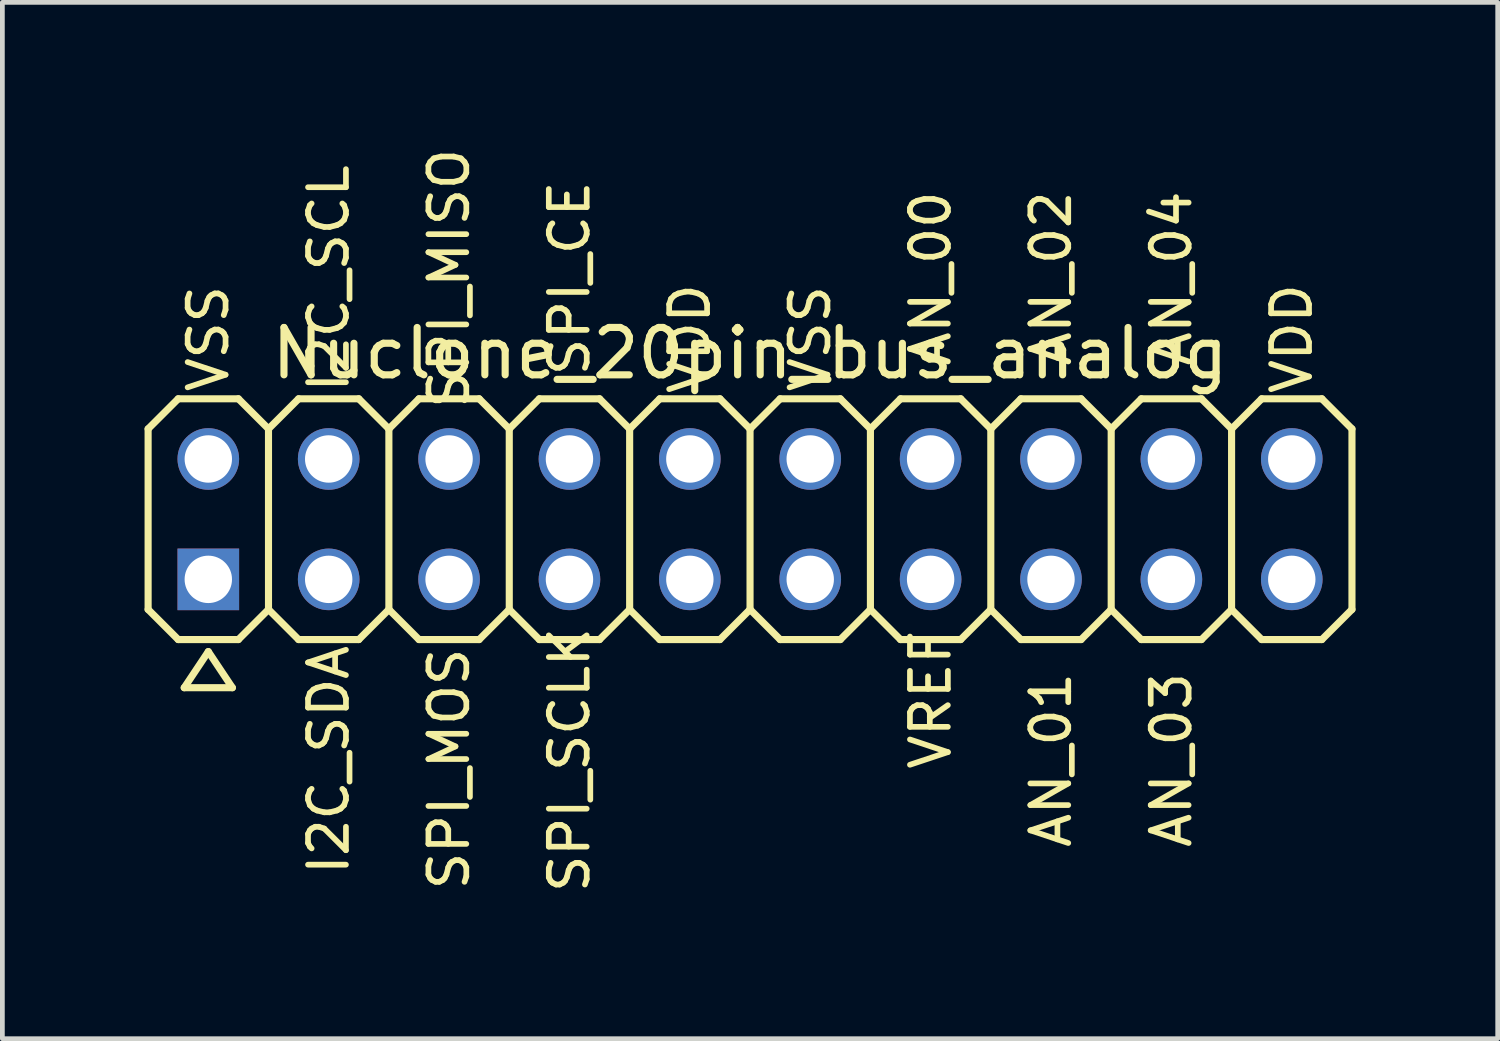
<source format=kicad_pcb>
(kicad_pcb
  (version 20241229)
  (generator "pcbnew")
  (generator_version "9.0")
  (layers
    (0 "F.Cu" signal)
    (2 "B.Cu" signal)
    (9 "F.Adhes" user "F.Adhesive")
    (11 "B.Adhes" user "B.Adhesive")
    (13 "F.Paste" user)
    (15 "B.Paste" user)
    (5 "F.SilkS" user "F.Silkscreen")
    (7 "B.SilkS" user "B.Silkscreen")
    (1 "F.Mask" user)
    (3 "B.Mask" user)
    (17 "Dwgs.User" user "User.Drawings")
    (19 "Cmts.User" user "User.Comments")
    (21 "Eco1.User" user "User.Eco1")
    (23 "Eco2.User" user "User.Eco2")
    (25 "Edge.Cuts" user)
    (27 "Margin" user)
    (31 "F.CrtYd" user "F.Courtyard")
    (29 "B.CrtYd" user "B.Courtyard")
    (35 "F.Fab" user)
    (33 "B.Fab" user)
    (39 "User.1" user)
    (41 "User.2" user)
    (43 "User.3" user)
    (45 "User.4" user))
  (footprint "Nuclone_20pin_bus_analog"
    (layer "F.Cu")
    (at 12.775 7.904)
    (property "Reference" "Nuclone_20pin_bus_analog" (at 0 -3.5 0) (layer "F.SilkS") (effects (font (size 1 1) (thickness 0.15))))
    (attr exclude_from_pos_files exclude_from_bom)
    (fp_line (start -12.7 -1.905) (end -12.065 -2.54) (stroke (width 0.15) (type solid)) (layer "F.SilkS"))
    (fp_line (start -12.7 1.905) (end -12.7 -1.905) (stroke (width 0.15) (type solid)) (layer "F.SilkS"))
    (fp_line (start -12.7 1.905) (end -12.065 2.54) (stroke (width 0.15) (type solid)) (layer "F.SilkS"))
    (fp_line (start -12.065 -2.54) (end -10.795 -2.54) (stroke (width 0.15) (type solid)) (layer "F.SilkS"))
    (fp_line (start -12.065 2.54) (end -10.795 2.54) (stroke (width 0.15) (type solid)) (layer "F.SilkS"))
    (fp_line (start -11.938 3.556) (end -10.922 3.556) (stroke (width 0.15) (type solid)) (layer "F.SilkS"))
    (fp_line (start -11.43 2.794) (end -11.938 3.556) (stroke (width 0.15) (type solid)) (layer "F.SilkS"))
    (fp_line (start -10.922 3.556) (end -11.43 2.794) (stroke (width 0.15) (type solid)) (layer "F.SilkS"))
    (fp_line (start -10.795 -2.54) (end -10.16 -1.905) (stroke (width 0.15) (type solid)) (layer "F.SilkS"))
    (fp_line (start -10.795 2.54) (end -10.16 1.905) (stroke (width 0.15) (type solid)) (layer "F.SilkS"))
    (fp_line (start -10.16 -1.905) (end -10.16 1.905) (stroke (width 0.15) (type solid)) (layer "F.SilkS"))
    (fp_line (start -10.16 -1.905) (end -9.525 -2.54) (stroke (width 0.15) (type solid)) (layer "F.SilkS"))
    (fp_line (start -10.16 1.905) (end -9.525 2.54) (stroke (width 0.15) (type solid)) (layer "F.SilkS"))
    (fp_line (start -9.525 -2.54) (end -8.255 -2.54) (stroke (width 0.15) (type solid)) (layer "F.SilkS"))
    (fp_line (start -9.525 2.54) (end -8.255 2.54) (stroke (width 0.15) (type solid)) (layer "F.SilkS"))
    (fp_line (start -8.255 -2.54) (end -7.62 -1.905) (stroke (width 0.15) (type solid)) (layer "F.SilkS"))
    (fp_line (start -8.255 2.54) (end -7.62 1.905) (stroke (width 0.15) (type solid)) (layer "F.SilkS"))
    (fp_line (start -7.62 -1.905) (end -7.62 1.905) (stroke (width 0.15) (type solid)) (layer "F.SilkS"))
    (fp_line (start -7.62 -1.905) (end -6.985 -2.54) (stroke (width 0.15) (type solid)) (layer "F.SilkS"))
    (fp_line (start -7.62 1.905) (end -6.985 2.54) (stroke (width 0.15) (type solid)) (layer "F.SilkS"))
    (fp_line (start -6.985 -2.54) (end -5.715 -2.54) (stroke (width 0.15) (type solid)) (layer "F.SilkS"))
    (fp_line (start -6.985 2.54) (end -5.715 2.54) (stroke (width 0.15) (type solid)) (layer "F.SilkS"))
    (fp_line (start -5.715 -2.54) (end -5.08 -1.905) (stroke (width 0.15) (type solid)) (layer "F.SilkS"))
    (fp_line (start -5.715 2.54) (end -5.08 1.905) (stroke (width 0.15) (type solid)) (layer "F.SilkS"))
    (fp_line (start -5.08 -1.905) (end -5.08 1.905) (stroke (width 0.15) (type solid)) (layer "F.SilkS"))
    (fp_line (start -5.08 -1.905) (end -4.445 -2.54) (stroke (width 0.15) (type solid)) (layer "F.SilkS"))
    (fp_line (start -5.08 1.905) (end -4.445 2.54) (stroke (width 0.15) (type solid)) (layer "F.SilkS"))
    (fp_line (start -4.445 -2.54) (end -3.175 -2.54) (stroke (width 0.15) (type solid)) (layer "F.SilkS"))
    (fp_line (start -4.445 2.54) (end -3.175 2.54) (stroke (width 0.15) (type solid)) (layer "F.SilkS"))
    (fp_line (start -3.175 -2.54) (end -2.54 -1.905) (stroke (width 0.15) (type solid)) (layer "F.SilkS"))
    (fp_line (start -3.175 2.54) (end -2.54 1.905) (stroke (width 0.15) (type solid)) (layer "F.SilkS"))
    (fp_line (start -2.54 -1.905) (end -2.54 1.905) (stroke (width 0.15) (type solid)) (layer "F.SilkS"))
    (fp_line (start -2.54 -1.905) (end -1.905 -2.54) (stroke (width 0.15) (type solid)) (layer "F.SilkS"))
    (fp_line (start -2.54 1.905) (end -1.905 2.54) (stroke (width 0.15) (type solid)) (layer "F.SilkS"))
    (fp_line (start -1.905 -2.54) (end -0.635 -2.54) (stroke (width 0.15) (type solid)) (layer "F.SilkS"))
    (fp_line (start -1.905 2.54) (end -0.635 2.54) (stroke (width 0.15) (type solid)) (layer "F.SilkS"))
    (fp_line (start -0.635 -2.54) (end 0 -1.905) (stroke (width 0.15) (type solid)) (layer "F.SilkS"))
    (fp_line (start -0.635 2.54) (end 0 1.905) (stroke (width 0.15) (type solid)) (layer "F.SilkS"))
    (fp_line (start 0 -1.905) (end 0 1.905) (stroke (width 0.15) (type solid)) (layer "F.SilkS"))
    (fp_line (start 0 -1.905) (end 0.635 -2.54) (stroke (width 0.15) (type solid)) (layer "F.SilkS"))
    (fp_line (start 0 1.905) (end 0.635 2.54) (stroke (width 0.15) (type solid)) (layer "F.SilkS"))
    (fp_line (start 0.635 -2.54) (end 1.905 -2.54) (stroke (width 0.15) (type solid)) (layer "F.SilkS"))
    (fp_line (start 0.635 2.54) (end 1.905 2.54) (stroke (width 0.15) (type solid)) (layer "F.SilkS"))
    (fp_line (start 1.905 -2.54) (end 2.54 -1.905) (stroke (width 0.15) (type solid)) (layer "F.SilkS"))
    (fp_line (start 1.905 2.54) (end 2.54 1.905) (stroke (width 0.15) (type solid)) (layer "F.SilkS"))
    (fp_line (start 2.54 -1.905) (end 2.54 1.905) (stroke (width 0.15) (type solid)) (layer "F.SilkS"))
    (fp_line (start 2.54 -1.905) (end 3.175 -2.54) (stroke (width 0.15) (type solid)) (layer "F.SilkS"))
    (fp_line (start 2.54 1.905) (end 3.175 2.54) (stroke (width 0.15) (type solid)) (layer "F.SilkS"))
    (fp_line (start 3.175 -2.54) (end 4.445 -2.54) (stroke (width 0.15) (type solid)) (layer "F.SilkS"))
    (fp_line (start 3.175 2.54) (end 4.445 2.54) (stroke (width 0.15) (type solid)) (layer "F.SilkS"))
    (fp_line (start 4.445 -2.54) (end 5.08 -1.905) (stroke (width 0.15) (type solid)) (layer "F.SilkS"))
    (fp_line (start 5.08 -1.905) (end 5.08 1.905) (stroke (width 0.15) (type solid)) (layer "F.SilkS"))
    (fp_line (start 5.08 -1.905) (end 5.715 -2.54) (stroke (width 0.15) (type solid)) (layer "F.SilkS"))
    (fp_line (start 5.08 1.905) (end 4.445 2.54) (stroke (width 0.15) (type solid)) (layer "F.SilkS"))
    (fp_line (start 5.08 1.905) (end 5.715 2.54) (stroke (width 0.15) (type solid)) (layer "F.SilkS"))
    (fp_line (start 5.715 -2.54) (end 6.985 -2.54) (stroke (width 0.15) (type solid)) (layer "F.SilkS"))
    (fp_line (start 5.715 2.54) (end 6.985 2.54) (stroke (width 0.15) (type solid)) (layer "F.SilkS"))
    (fp_line (start 6.985 -2.54) (end 7.62 -1.905) (stroke (width 0.15) (type solid)) (layer "F.SilkS"))
    (fp_line (start 7.62 -1.905) (end 7.62 1.905) (stroke (width 0.15) (type solid)) (layer "F.SilkS"))
    (fp_line (start 7.62 -1.905) (end 8.255 -2.54) (stroke (width 0.15) (type solid)) (layer "F.SilkS"))
    (fp_line (start 7.62 1.905) (end 6.985 2.54) (stroke (width 0.15) (type solid)) (layer "F.SilkS"))
    (fp_line (start 7.62 1.905) (end 8.255 2.54) (stroke (width 0.15) (type solid)) (layer "F.SilkS"))
    (fp_line (start 8.255 -2.54) (end 9.525 -2.54) (stroke (width 0.15) (type solid)) (layer "F.SilkS"))
    (fp_line (start 8.255 2.54) (end 9.525 2.54) (stroke (width 0.15) (type solid)) (layer "F.SilkS"))
    (fp_line (start 9.525 -2.54) (end 10.16 -1.905) (stroke (width 0.15) (type solid)) (layer "F.SilkS"))
    (fp_line (start 10.16 -1.905) (end 10.16 1.905) (stroke (width 0.15) (type solid)) (layer "F.SilkS"))
    (fp_line (start 10.16 -1.905) (end 10.795 -2.54) (stroke (width 0.15) (type solid)) (layer "F.SilkS"))
    (fp_line (start 10.16 1.905) (end 9.525 2.54) (stroke (width 0.15) (type solid)) (layer "F.SilkS"))
    (fp_line (start 10.16 1.905) (end 10.795 2.54) (stroke (width 0.15) (type solid)) (layer "F.SilkS"))
    (fp_line (start 10.795 -2.54) (end 12.065 -2.54) (stroke (width 0.15) (type solid)) (layer "F.SilkS"))
    (fp_line (start 10.795 2.54) (end 12.065 2.54) (stroke (width 0.15) (type solid)) (layer "F.SilkS"))
    (fp_line (start 12.065 -2.54) (end 12.7 -1.905) (stroke (width 0.15) (type solid)) (layer "F.SilkS"))
    (fp_line (start 12.7 -1.905) (end 12.7 1.905) (stroke (width 0.15) (type solid)) (layer "F.SilkS"))
    (fp_line (start 12.7 1.905) (end 12.065 2.54) (stroke (width 0.15) (type solid)) (layer "F.SilkS"))
    (fp_text user "AN_04" (at 8.89 -5.08 90) (layer "F.SilkS") (effects (font (size 0.8 0.8) (thickness 0.12))))
    (fp_text user "AN_02" (at 6.35 -5.08 90) (layer "F.SilkS") (effects (font (size 0.8 0.8) (thickness 0.12))))
    (fp_text user "VDD" (at -1.27 -3.81 90) (layer "F.SilkS") (effects (font (size 0.8 0.8) (thickness 0.12))))
    (fp_text user "SPI_CE" (at -3.81 -5.08 90) (layer "F.SilkS") (effects (font (size 0.8 0.8) (thickness 0.12))))
    (fp_text user "VSS" (at -11.43 -3.81 90) (layer "F.SilkS") (effects (font (size 0.8 0.8) (thickness 0.12))))
    (fp_text user "VDD" (at 11.43 -3.81 90) (layer "F.SilkS") (effects (font (size 0.8 0.8) (thickness 0.12))))
    (fp_text user "SPI_MISO" (at -6.35 -5.08 90) (layer "F.SilkS") (effects (font (size 0.8 0.8) (thickness 0.12))))
    (fp_text user "I2C_SDA" (at -8.89 5.08 90) (layer "F.SilkS") (effects (font (size 0.8 0.8) (thickness 0.12))))
    (fp_text user "VSS" (at 1.27 -3.81 90) (layer "F.SilkS") (effects (font (size 0.8 0.8) (thickness 0.12))))
    (fp_text user "I2C_SCL" (at -8.89 -5.08 90) (layer "F.SilkS") (effects (font (size 0.8 0.8) (thickness 0.12))))
    (fp_text user "VREF" (at 3.81 3.81 90) (layer "F.SilkS") (effects (font (size 0.8 0.8) (thickness 0.12))))
    (fp_text user "AN_00" (at 3.81 -5.08 90) (layer "F.SilkS") (effects (font (size 0.8 0.8) (thickness 0.12))))
    (fp_text user "AN_03" (at 8.89 5.08 90) (layer "F.SilkS") (effects (font (size 0.8 0.8) (thickness 0.12))))
    (fp_text user "SPI_MOSI" (at -6.35 5.08 90) (layer "F.SilkS") (effects (font (size 0.8 0.8) (thickness 0.12))))
    (fp_text user "SPI_SCLK" (at -3.81 5.08 90) (layer "F.SilkS") (effects (font (size 0.8 0.8) (thickness 0.12))))
    (fp_text user "AN_01" (at 6.35 5.08 90) (layer "F.SilkS") (effects (font (size 0.8 0.8) (thickness 0.12))))
    (pad "1" thru_hole rect (at -11.43 1.27) (size 1.3 1.3) (drill 1) (layers "*.Cu" "*.Mask"))
    (pad "2" thru_hole circle (at -11.43 -1.27) (size 1.3 1.3) (drill 1) (layers "*.Cu" "*.Mask"))
    (pad "3" thru_hole circle (at -8.89 1.27) (size 1.3 1.3) (drill 1) (layers "*.Cu" "*.Mask"))
    (pad "4" thru_hole circle (at -8.89 -1.27) (size 1.3 1.3) (drill 1) (layers "*.Cu" "*.Mask"))
    (pad "5" thru_hole circle (at -6.35 1.27) (size 1.3 1.3) (drill 1) (layers "*.Cu" "*.Mask"))
    (pad "6" thru_hole circle (at -6.35 -1.27) (size 1.3 1.3) (drill 1) (layers "*.Cu" "*.Mask"))
    (pad "7" thru_hole circle (at -3.81 1.27) (size 1.3 1.3) (drill 1) (layers "*.Cu" "*.Mask"))
    (pad "8" thru_hole circle (at -3.81 -1.27) (size 1.3 1.3) (drill 1) (layers "*.Cu" "*.Mask"))
    (pad "9" thru_hole circle (at -1.27 1.27) (size 1.3 1.3) (drill 1) (layers "*.Cu" "*.Mask"))
    (pad "10" thru_hole circle (at -1.27 -1.27) (size 1.3 1.3) (drill 1) (layers "*.Cu" "*.Mask"))
    (pad "11" thru_hole circle (at 1.27 1.27) (size 1.3 1.3) (drill 1) (layers "*.Cu" "*.Mask"))
    (pad "12" thru_hole circle (at 1.27 -1.27) (size 1.3 1.3) (drill 1) (layers "*.Cu" "*.Mask"))
    (pad "13" thru_hole circle (at 3.81 1.27) (size 1.3 1.3) (drill 1) (layers "*.Cu" "*.Mask"))
    (pad "14" thru_hole circle (at 3.81 -1.27) (size 1.3 1.3) (drill 1) (layers "*.Cu" "*.Mask"))
    (pad "15" thru_hole circle (at 6.35 1.27) (size 1.3 1.3) (drill 1) (layers "*.Cu" "*.Mask"))
    (pad "16" thru_hole circle (at 6.35 -1.27) (size 1.3 1.3) (drill 1) (layers "*.Cu" "*.Mask"))
    (pad "17" thru_hole circle (at 8.89 1.27) (size 1.3 1.3) (drill 1) (layers "*.Cu" "*.Mask"))
    (pad "18" thru_hole circle (at 8.89 -1.27) (size 1.3 1.3) (drill 1) (layers "*.Cu" "*.Mask"))
    (pad "19" thru_hole circle (at 11.43 1.27) (size 1.3 1.3) (drill 1) (layers "*.Cu" "*.Mask"))
    (pad "20" thru_hole circle (at 11.43 -1.27) (size 1.3 1.3) (drill 1) (layers "*.Cu" "*.Mask")))
  (gr_rect
    (start -3 -3)
    (end 28.55 18.865)
    (stroke (width 0.1) (type default))
    (fill no)
    (layer "Edge.Cuts")))
</source>
